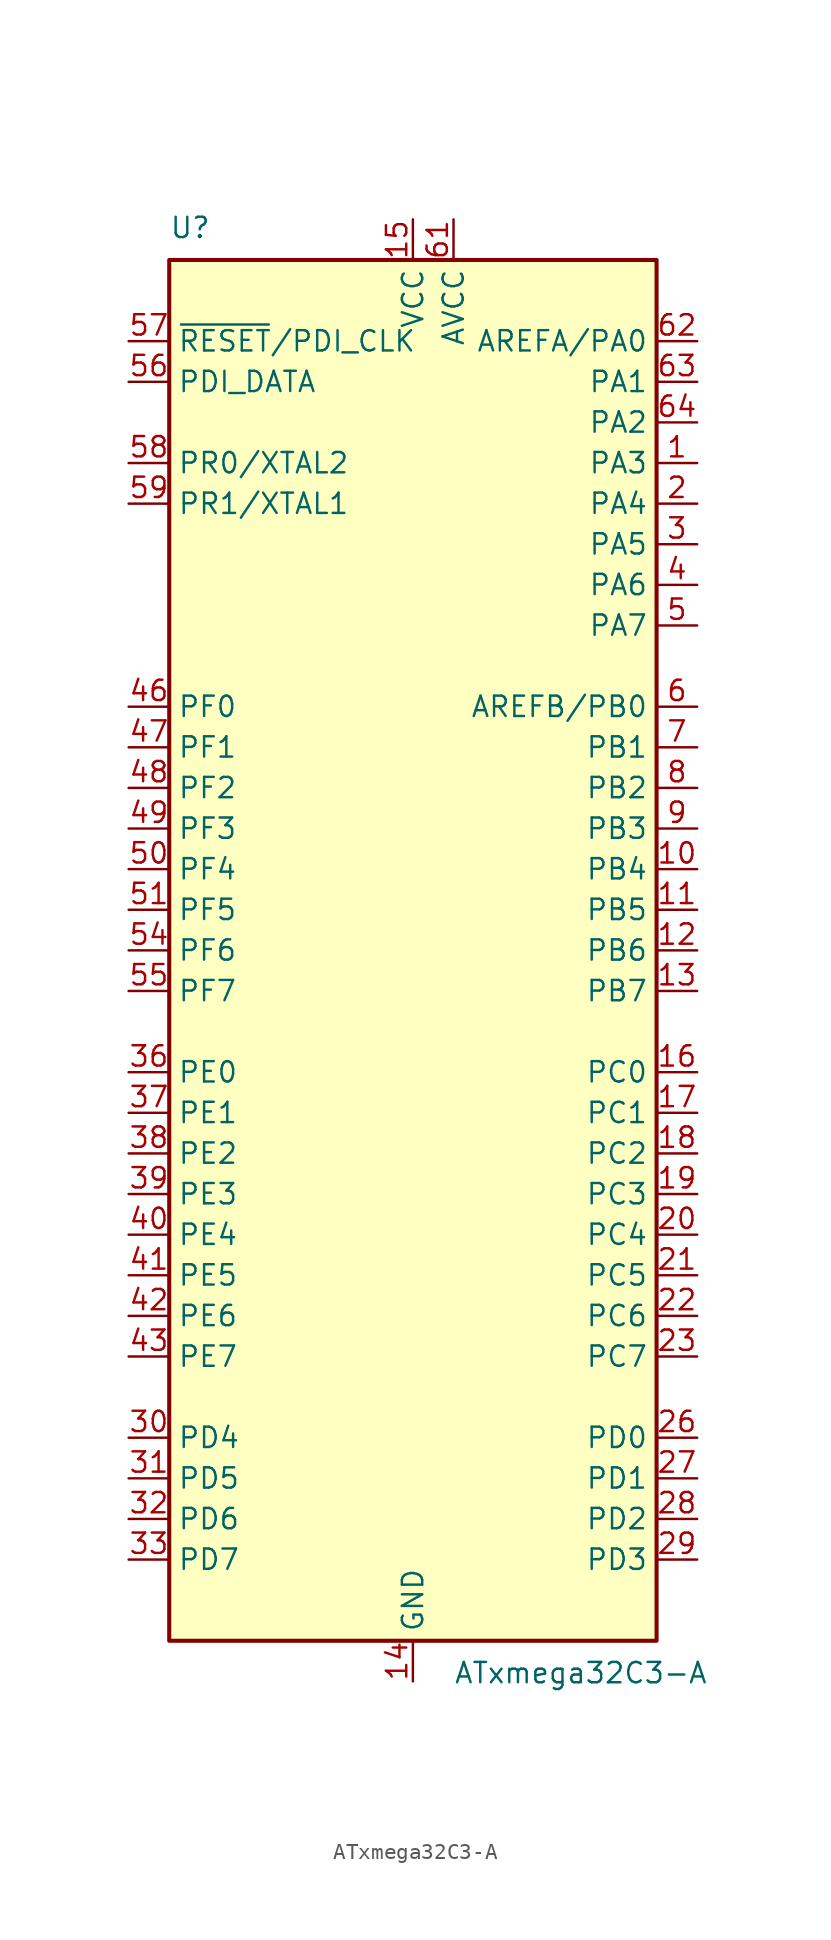
<source format=kicad_sym>
(kicad_symbol_lib
  (version 20201005)
  (generator kicad_symbol_editor)
  (symbol "ATxmega32C3-A"
    (property "Reference" "U"
      (at -15.24 44.45 0)
      (effects (font (size 1.27 1.27)) (justify left bottom)))
    (property "Value" "ATxmega32C3-A"
      (at 2.54 -44.45 0)
      (effects (font (size 1.27 1.27)) (justify left top)))
    (symbol "ATxmega32C3-A_0_1"
      (rectangle (start -15.24 -43.18) (end 15.24 43.18) (stroke (width 0.254)) (fill (type background))))
    (symbol "ATxmega32C3-A_1_1"
      (pin bidirectional line (at 17.78 30.48 180) (length 2.54) (name "PA3" (effects (font (size 1.27 1.27)))) (number "1" (effects (font (size 1.27 1.27)))))
      (pin bidirectional line (at 17.78 5.08 180) (length 2.54) (name "PB4" (effects (font (size 1.27 1.27)))) (number "10" (effects (font (size 1.27 1.27)))))
      (pin bidirectional line (at 17.78 2.54 180) (length 2.54) (name "PB5" (effects (font (size 1.27 1.27)))) (number "11" (effects (font (size 1.27 1.27)))))
      (pin bidirectional line (at 17.78 0 180) (length 2.54) (name "PB6" (effects (font (size 1.27 1.27)))) (number "12" (effects (font (size 1.27 1.27)))))
      (pin bidirectional line (at 17.78 -2.54 180) (length 2.54) (name "PB7" (effects (font (size 1.27 1.27)))) (number "13" (effects (font (size 1.27 1.27)))))
      (pin power_in line (at 0 -45.72 90) (length 2.54) (name "GND" (effects (font (size 1.27 1.27)))) (number "14" (effects (font (size 1.27 1.27)))))
      (pin power_in line (at 0 45.72 270) (length 2.54) (name "VCC" (effects (font (size 1.27 1.27)))) (number "15" (effects (font (size 1.27 1.27)))))
      (pin bidirectional line (at 17.78 -7.62 180) (length 2.54) (name "PC0" (effects (font (size 1.27 1.27)))) (number "16" (effects (font (size 1.27 1.27)))))
      (pin bidirectional line (at 17.78 -10.16 180) (length 2.54) (name "PC1" (effects (font (size 1.27 1.27)))) (number "17" (effects (font (size 1.27 1.27)))))
      (pin bidirectional line (at 17.78 -12.7 180) (length 2.54) (name "PC2" (effects (font (size 1.27 1.27)))) (number "18" (effects (font (size 1.27 1.27)))))
      (pin bidirectional line (at 17.78 -15.24 180) (length 2.54) (name "PC3" (effects (font (size 1.27 1.27)))) (number "19" (effects (font (size 1.27 1.27)))))
      (pin bidirectional line (at 17.78 27.94 180) (length 2.54) (name "PA4" (effects (font (size 1.27 1.27)))) (number "2" (effects (font (size 1.27 1.27)))))
      (pin bidirectional line (at 17.78 -17.78 180) (length 2.54) (name "PC4" (effects (font (size 1.27 1.27)))) (number "20" (effects (font (size 1.27 1.27)))))
      (pin bidirectional line (at 17.78 -20.32 180) (length 2.54) (name "PC5" (effects (font (size 1.27 1.27)))) (number "21" (effects (font (size 1.27 1.27)))))
      (pin bidirectional line (at 17.78 -22.86 180) (length 2.54) (name "PC6" (effects (font (size 1.27 1.27)))) (number "22" (effects (font (size 1.27 1.27)))))
      (pin bidirectional line (at 17.78 -25.4 180) (length 2.54) (name "PC7" (effects (font (size 1.27 1.27)))) (number "23" (effects (font (size 1.27 1.27)))))
      (pin passive line (at 0 -45.72 90) (length 2.54) hide (name "GND" (effects (font (size 1.27 1.27)))) (number "24" (effects (font (size 1.27 1.27)))))
      (pin passive line (at 0 45.72 270) (length 2.54) hide (name "VCC" (effects (font (size 1.27 1.27)))) (number "25" (effects (font (size 1.27 1.27)))))
      (pin bidirectional line (at 17.78 -30.48 180) (length 2.54) (name "PD0" (effects (font (size 1.27 1.27)))) (number "26" (effects (font (size 1.27 1.27)))))
      (pin bidirectional line (at 17.78 -33.02 180) (length 2.54) (name "PD1" (effects (font (size 1.27 1.27)))) (number "27" (effects (font (size 1.27 1.27)))))
      (pin bidirectional line (at 17.78 -35.56 180) (length 2.54) (name "PD2" (effects (font (size 1.27 1.27)))) (number "28" (effects (font (size 1.27 1.27)))))
      (pin bidirectional line (at 17.78 -38.1 180) (length 2.54) (name "PD3" (effects (font (size 1.27 1.27)))) (number "29" (effects (font (size 1.27 1.27)))))
      (pin bidirectional line (at 17.78 25.4 180) (length 2.54) (name "PA5" (effects (font (size 1.27 1.27)))) (number "3" (effects (font (size 1.27 1.27)))))
      (pin bidirectional line (at -17.78 -30.48 0) (length 2.54) (name "PD4" (effects (font (size 1.27 1.27)))) (number "30" (effects (font (size 1.27 1.27)))))
      (pin bidirectional line (at -17.78 -33.02 0) (length 2.54) (name "PD5" (effects (font (size 1.27 1.27)))) (number "31" (effects (font (size 1.27 1.27)))))
      (pin bidirectional line (at -17.78 -35.56 0) (length 2.54) (name "PD6" (effects (font (size 1.27 1.27)))) (number "32" (effects (font (size 1.27 1.27)))))
      (pin bidirectional line (at -17.78 -38.1 0) (length 2.54) (name "PD7" (effects (font (size 1.27 1.27)))) (number "33" (effects (font (size 1.27 1.27)))))
      (pin passive line (at 0 -45.72 90) (length 2.54) hide (name "GND" (effects (font (size 1.27 1.27)))) (number "34" (effects (font (size 1.27 1.27)))))
      (pin passive line (at 0 45.72 270) (length 2.54) hide (name "VCC" (effects (font (size 1.27 1.27)))) (number "35" (effects (font (size 1.27 1.27)))))
      (pin bidirectional line (at -17.78 -7.62 0) (length 2.54) (name "PE0" (effects (font (size 1.27 1.27)))) (number "36" (effects (font (size 1.27 1.27)))))
      (pin bidirectional line (at -17.78 -10.16 0) (length 2.54) (name "PE1" (effects (font (size 1.27 1.27)))) (number "37" (effects (font (size 1.27 1.27)))))
      (pin bidirectional line (at -17.78 -12.7 0) (length 2.54) (name "PE2" (effects (font (size 1.27 1.27)))) (number "38" (effects (font (size 1.27 1.27)))))
      (pin bidirectional line (at -17.78 -15.24 0) (length 2.54) (name "PE3" (effects (font (size 1.27 1.27)))) (number "39" (effects (font (size 1.27 1.27)))))
      (pin bidirectional line (at 17.78 22.86 180) (length 2.54) (name "PA6" (effects (font (size 1.27 1.27)))) (number "4" (effects (font (size 1.27 1.27)))))
      (pin bidirectional line (at -17.78 -17.78 0) (length 2.54) (name "PE4" (effects (font (size 1.27 1.27)))) (number "40" (effects (font (size 1.27 1.27)))))
      (pin bidirectional line (at -17.78 -20.32 0) (length 2.54) (name "PE5" (effects (font (size 1.27 1.27)))) (number "41" (effects (font (size 1.27 1.27)))))
      (pin bidirectional line (at -17.78 -22.86 0) (length 2.54) (name "PE6" (effects (font (size 1.27 1.27)))) (number "42" (effects (font (size 1.27 1.27)))))
      (pin bidirectional line (at -17.78 -25.4 0) (length 2.54) (name "PE7" (effects (font (size 1.27 1.27)))) (number "43" (effects (font (size 1.27 1.27)))))
      (pin passive line (at 0 -45.72 90) (length 2.54) hide (name "GND" (effects (font (size 1.27 1.27)))) (number "44" (effects (font (size 1.27 1.27)))))
      (pin passive line (at 0 45.72 270) (length 2.54) hide (name "VCC" (effects (font (size 1.27 1.27)))) (number "45" (effects (font (size 1.27 1.27)))))
      (pin bidirectional line (at -17.78 15.24 0) (length 2.54) (name "PF0" (effects (font (size 1.27 1.27)))) (number "46" (effects (font (size 1.27 1.27)))))
      (pin bidirectional line (at -17.78 12.7 0) (length 2.54) (name "PF1" (effects (font (size 1.27 1.27)))) (number "47" (effects (font (size 1.27 1.27)))))
      (pin bidirectional line (at -17.78 10.16 0) (length 2.54) (name "PF2" (effects (font (size 1.27 1.27)))) (number "48" (effects (font (size 1.27 1.27)))))
      (pin bidirectional line (at -17.78 7.62 0) (length 2.54) (name "PF3" (effects (font (size 1.27 1.27)))) (number "49" (effects (font (size 1.27 1.27)))))
      (pin bidirectional line (at 17.78 20.32 180) (length 2.54) (name "PA7" (effects (font (size 1.27 1.27)))) (number "5" (effects (font (size 1.27 1.27)))))
      (pin bidirectional line (at -17.78 5.08 0) (length 2.54) (name "PF4" (effects (font (size 1.27 1.27)))) (number "50" (effects (font (size 1.27 1.27)))))
      (pin bidirectional line (at -17.78 2.54 0) (length 2.54) (name "PF5" (effects (font (size 1.27 1.27)))) (number "51" (effects (font (size 1.27 1.27)))))
      (pin passive line (at 0 -45.72 90) (length 2.54) hide (name "GND" (effects (font (size 1.27 1.27)))) (number "52" (effects (font (size 1.27 1.27)))))
      (pin passive line (at 0 45.72 270) (length 2.54) hide (name "VCC" (effects (font (size 1.27 1.27)))) (number "53" (effects (font (size 1.27 1.27)))))
      (pin bidirectional line (at -17.78 0 0) (length 2.54) (name "PF6" (effects (font (size 1.27 1.27)))) (number "54" (effects (font (size 1.27 1.27)))))
      (pin bidirectional line (at -17.78 -2.54 0) (length 2.54) (name "PF7" (effects (font (size 1.27 1.27)))) (number "55" (effects (font (size 1.27 1.27)))))
      (pin bidirectional line (at -17.78 35.56 0) (length 2.54) (name "PDI_DATA" (effects (font (size 1.27 1.27)))) (number "56" (effects (font (size 1.27 1.27)))))
      (pin input line (at -17.78 38.1 0) (length 2.54) (name "~RESET~/PDI_CLK" (effects (font (size 1.27 1.27)))) (number "57" (effects (font (size 1.27 1.27)))))
      (pin bidirectional line (at -17.78 30.48 0) (length 2.54) (name "PR0/XTAL2" (effects (font (size 1.27 1.27)))) (number "58" (effects (font (size 1.27 1.27)))))
      (pin bidirectional line (at -17.78 27.94 0) (length 2.54) (name "PR1/XTAL1" (effects (font (size 1.27 1.27)))) (number "59" (effects (font (size 1.27 1.27)))))
      (pin bidirectional line (at 17.78 15.24 180) (length 2.54) (name "AREFB/PB0" (effects (font (size 1.27 1.27)))) (number "6" (effects (font (size 1.27 1.27)))))
      (pin passive line (at 0 -45.72 90) (length 2.54) hide (name "GND" (effects (font (size 1.27 1.27)))) (number "60" (effects (font (size 1.27 1.27)))))
      (pin power_in line (at 2.54 45.72 270) (length 2.54) (name "AVCC" (effects (font (size 1.27 1.27)))) (number "61" (effects (font (size 1.27 1.27)))))
      (pin bidirectional line (at 17.78 38.1 180) (length 2.54) (name "AREFA/PA0" (effects (font (size 1.27 1.27)))) (number "62" (effects (font (size 1.27 1.27)))))
      (pin bidirectional line (at 17.78 35.56 180) (length 2.54) (name "PA1" (effects (font (size 1.27 1.27)))) (number "63" (effects (font (size 1.27 1.27)))))
      (pin bidirectional line (at 17.78 33.02 180) (length 2.54) (name "PA2" (effects (font (size 1.27 1.27)))) (number "64" (effects (font (size 1.27 1.27)))))
      (pin bidirectional line (at 17.78 12.7 180) (length 2.54) (name "PB1" (effects (font (size 1.27 1.27)))) (number "7" (effects (font (size 1.27 1.27)))))
      (pin bidirectional line (at 17.78 10.16 180) (length 2.54) (name "PB2" (effects (font (size 1.27 1.27)))) (number "8" (effects (font (size 1.27 1.27)))))
      (pin bidirectional line (at 17.78 7.62 180) (length 2.54) (name "PB3" (effects (font (size 1.27 1.27)))) (number "9" (effects (font (size 1.27 1.27))))))))
</source>
